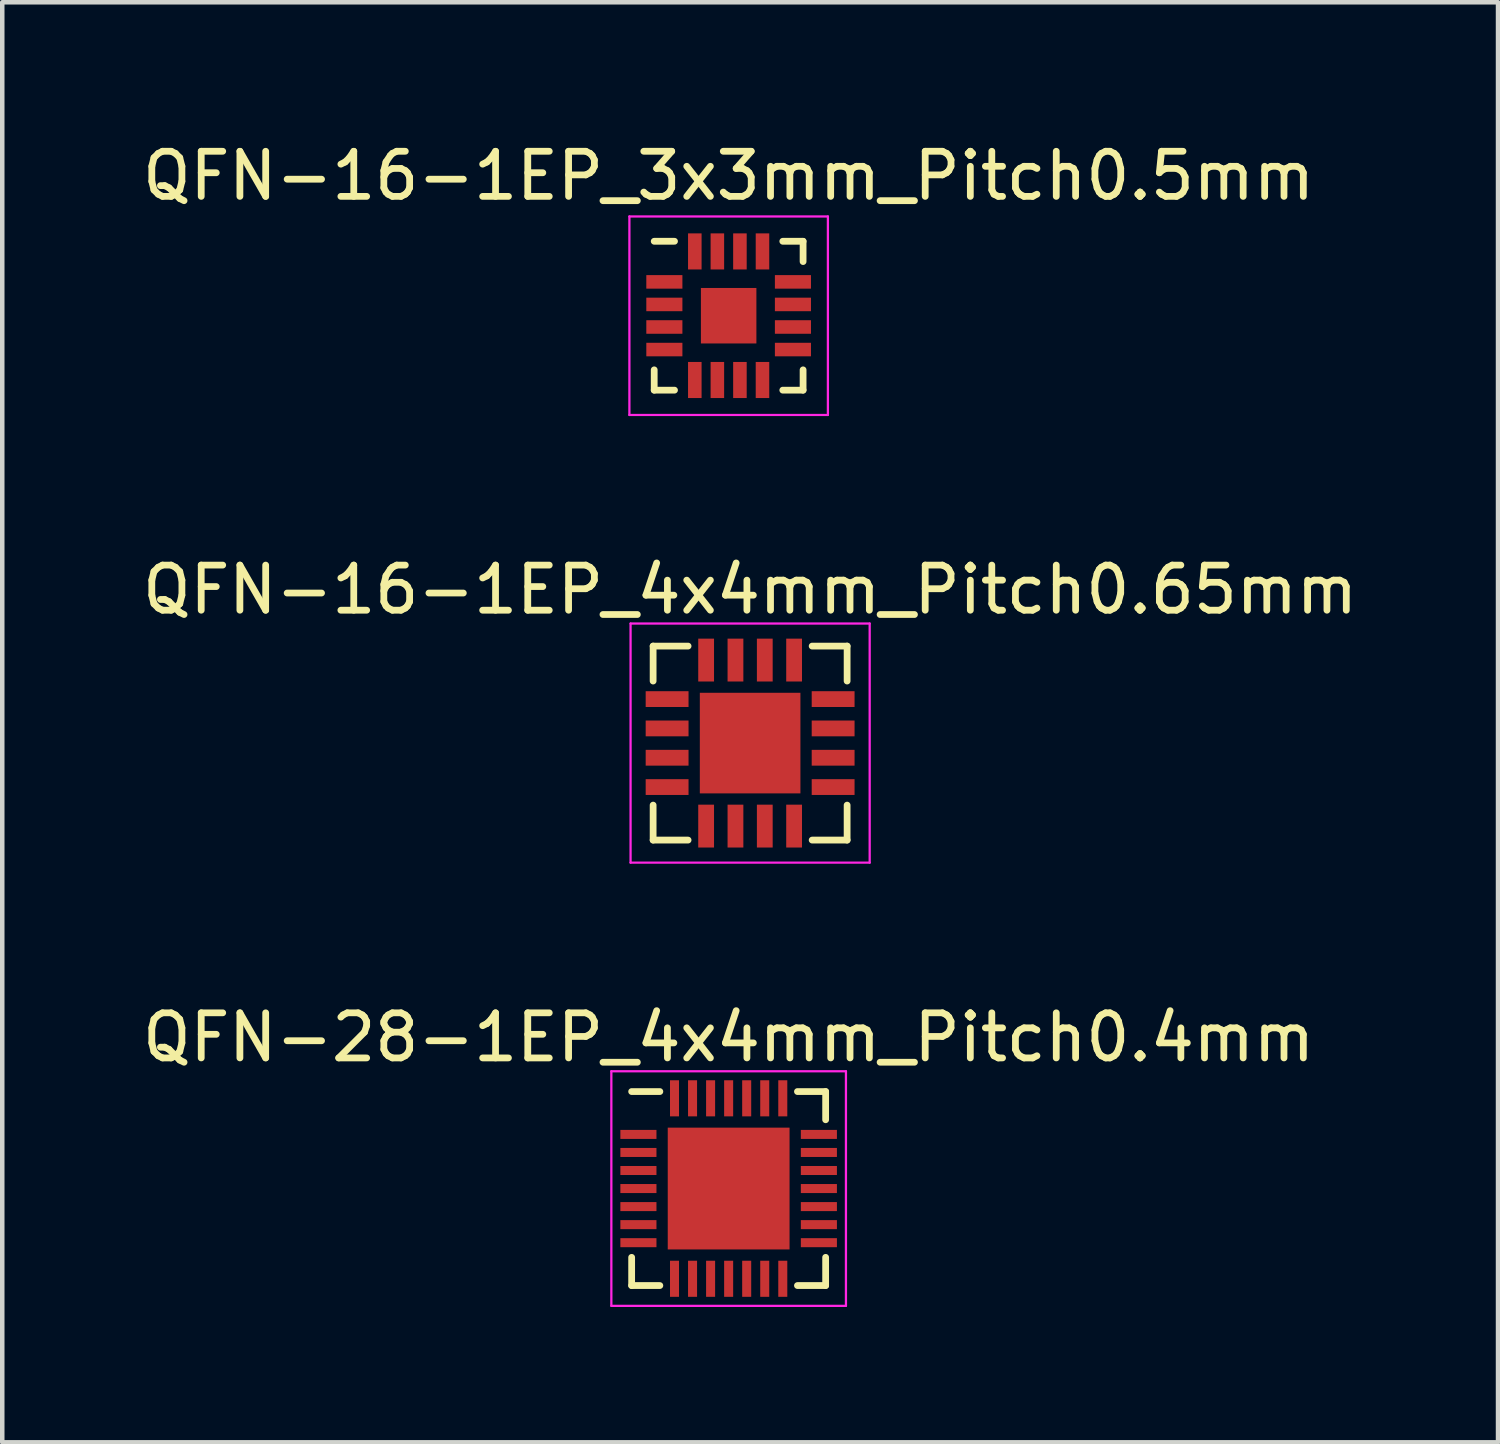
<source format=kicad_pcb>
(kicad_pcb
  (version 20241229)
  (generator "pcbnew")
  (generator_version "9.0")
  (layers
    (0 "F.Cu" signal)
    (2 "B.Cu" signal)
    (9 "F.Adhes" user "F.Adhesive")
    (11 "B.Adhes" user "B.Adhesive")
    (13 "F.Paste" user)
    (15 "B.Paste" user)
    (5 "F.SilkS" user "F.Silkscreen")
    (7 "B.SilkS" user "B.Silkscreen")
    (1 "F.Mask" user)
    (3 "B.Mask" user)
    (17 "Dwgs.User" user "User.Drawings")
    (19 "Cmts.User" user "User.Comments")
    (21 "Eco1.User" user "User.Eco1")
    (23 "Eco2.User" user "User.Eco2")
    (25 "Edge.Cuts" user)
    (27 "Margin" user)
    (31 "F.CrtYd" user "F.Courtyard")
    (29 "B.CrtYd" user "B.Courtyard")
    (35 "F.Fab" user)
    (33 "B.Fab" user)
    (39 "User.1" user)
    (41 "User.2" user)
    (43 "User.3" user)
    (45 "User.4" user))
  (footprint "QFN-16-1EP_3x3mm_Pitch0.5mm"
    (layer "F.Cu")
    (at 13.101 3.948)
    (property "Reference" "QFN-16-1EP_3x3mm_Pitch0.5mm" (at 0 -3.1 0) (layer "F.SilkS") (effects (font (size 1 1) (thickness 0.15))))
    (attr smd)
    (fp_line (start -1.65 -1.65) (end -1.2 -1.65) (stroke (width 0.15) (type solid)) (layer "F.SilkS"))
    (fp_line (start -1.65 1.65) (end -1.65 1.2) (stroke (width 0.15) (type solid)) (layer "F.SilkS"))
    (fp_line (start -1.65 1.65) (end -1.2 1.65) (stroke (width 0.15) (type solid)) (layer "F.SilkS"))
    (fp_line (start 1.65 -1.65) (end 1.2 -1.65) (stroke (width 0.15) (type solid)) (layer "F.SilkS"))
    (fp_line (start 1.65 -1.65) (end 1.65 -1.2) (stroke (width 0.15) (type solid)) (layer "F.SilkS"))
    (fp_line (start 1.65 1.65) (end 1.2 1.65) (stroke (width 0.15) (type solid)) (layer "F.SilkS"))
    (fp_line (start 1.65 1.65) (end 1.65 1.2) (stroke (width 0.15) (type solid)) (layer "F.SilkS"))
    (fp_line (start -2.2 -2.2) (end -2.2 2.2) (stroke (width 0.05) (type solid)) (layer "F.CrtYd"))
    (fp_line (start -2.2 -2.2) (end 2.2 -2.2) (stroke (width 0.05) (type solid)) (layer "F.CrtYd"))
    (fp_line (start -2.2 2.2) (end 2.2 2.2) (stroke (width 0.05) (type solid)) (layer "F.CrtYd"))
    (fp_line (start 2.2 -2.2) (end 2.2 2.2) (stroke (width 0.05) (type solid)) (layer "F.CrtYd"))
    (pad "1" smd rect (at -1.425 -0.75) (size 0.8 0.3) (layers "F.Cu" "F.Mask" "F.Paste"))
    (pad "2" smd rect (at -1.425 -0.25) (size 0.8 0.3) (layers "F.Cu" "F.Mask" "F.Paste"))
    (pad "3" smd rect (at -1.425 0.25) (size 0.8 0.3) (layers "F.Cu" "F.Mask" "F.Paste"))
    (pad "4" smd rect (at -1.425 0.75) (size 0.8 0.3) (layers "F.Cu" "F.Mask" "F.Paste"))
    (pad "5" smd rect (at -0.75 1.425 90) (size 0.8 0.3) (layers "F.Cu" "F.Mask" "F.Paste"))
    (pad "6" smd rect (at -0.25 1.425 90) (size 0.8 0.3) (layers "F.Cu" "F.Mask" "F.Paste"))
    (pad "7" smd rect (at 0.25 1.425 90) (size 0.8 0.3) (layers "F.Cu" "F.Mask" "F.Paste"))
    (pad "8" smd rect (at 0.75 1.425 90) (size 0.8 0.3) (layers "F.Cu" "F.Mask" "F.Paste"))
    (pad "9" smd rect (at 1.425 0.75) (size 0.8 0.3) (layers "F.Cu" "F.Mask" "F.Paste"))
    (pad "10" smd rect (at 1.425 0.25) (size 0.8 0.3) (layers "F.Cu" "F.Mask" "F.Paste"))
    (pad "11" smd rect (at 1.425 -0.25) (size 0.8 0.3) (layers "F.Cu" "F.Mask" "F.Paste"))
    (pad "12" smd rect (at 1.425 -0.75) (size 0.8 0.3) (layers "F.Cu" "F.Mask" "F.Paste"))
    (pad "13" smd rect (at 0.75 -1.425 90) (size 0.8 0.3) (layers "F.Cu" "F.Mask" "F.Paste"))
    (pad "14" smd rect (at 0.25 -1.425 90) (size 0.8 0.3) (layers "F.Cu" "F.Mask" "F.Paste"))
    (pad "15" smd rect (at -0.25 -1.425 90) (size 0.8 0.3) (layers "F.Cu" "F.Mask" "F.Paste"))
    (pad "16" smd rect (at -0.75 -1.425 90) (size 0.8 0.3) (layers "F.Cu" "F.Mask" "F.Paste"))
    (pad "17" smd rect (at 0 0) (size 1.23 1.23) (layers "F.Cu" "F.Mask" "F.Paste")))
  (footprint "QFN-28-1EP_4x4mm_Pitch0.4mm"
    (layer "F.Cu")
    (at 13.101 23.295)
    (property "Reference" "QFN-28-1EP_4x4mm_Pitch0.4mm" (at 0 -3.35 0) (layer "F.SilkS") (effects (font (size 1 1) (thickness 0.15))))
    (attr smd)
    (fp_line (start -2.15 -2.15) (end -1.525 -2.15) (stroke (width 0.15) (type solid)) (layer "F.SilkS"))
    (fp_line (start -2.15 2.15) (end -2.15 1.525) (stroke (width 0.15) (type solid)) (layer "F.SilkS"))
    (fp_line (start -2.15 2.15) (end -1.525 2.15) (stroke (width 0.15) (type solid)) (layer "F.SilkS"))
    (fp_line (start 2.15 -2.15) (end 1.525 -2.15) (stroke (width 0.15) (type solid)) (layer "F.SilkS"))
    (fp_line (start 2.15 -2.15) (end 2.15 -1.525) (stroke (width 0.15) (type solid)) (layer "F.SilkS"))
    (fp_line (start 2.15 2.15) (end 1.525 2.15) (stroke (width 0.15) (type solid)) (layer "F.SilkS"))
    (fp_line (start 2.15 2.15) (end 2.15 1.525) (stroke (width 0.15) (type solid)) (layer "F.SilkS"))
    (fp_line (start -2.6 -2.6) (end -2.6 2.6) (stroke (width 0.05) (type solid)) (layer "F.CrtYd"))
    (fp_line (start -2.6 -2.6) (end 2.6 -2.6) (stroke (width 0.05) (type solid)) (layer "F.CrtYd"))
    (fp_line (start -2.6 2.6) (end 2.6 2.6) (stroke (width 0.05) (type solid)) (layer "F.CrtYd"))
    (fp_line (start 2.6 -2.6) (end 2.6 2.6) (stroke (width 0.05) (type solid)) (layer "F.CrtYd"))
    (pad "1" smd rect (at -2 -1.2) (size 0.8 0.2) (layers "F.Cu" "F.Mask" "F.Paste"))
    (pad "2" smd rect (at -2 -0.8) (size 0.8 0.2) (layers "F.Cu" "F.Mask" "F.Paste"))
    (pad "3" smd rect (at -2 -0.4) (size 0.8 0.2) (layers "F.Cu" "F.Mask" "F.Paste"))
    (pad "4" smd rect (at -2 0) (size 0.8 0.2) (layers "F.Cu" "F.Mask" "F.Paste"))
    (pad "5" smd rect (at -2 0.4) (size 0.8 0.2) (layers "F.Cu" "F.Mask" "F.Paste"))
    (pad "6" smd rect (at -2 0.8) (size 0.8 0.2) (layers "F.Cu" "F.Mask" "F.Paste"))
    (pad "7" smd rect (at -2 1.2) (size 0.8 0.2) (layers "F.Cu" "F.Mask" "F.Paste"))
    (pad "8" smd rect (at -1.2 2 90) (size 0.8 0.2) (layers "F.Cu" "F.Mask" "F.Paste"))
    (pad "9" smd rect (at -0.8 2 90) (size 0.8 0.2) (layers "F.Cu" "F.Mask" "F.Paste"))
    (pad "10" smd rect (at -0.4 2 90) (size 0.8 0.2) (layers "F.Cu" "F.Mask" "F.Paste"))
    (pad "11" smd rect (at 0 2 90) (size 0.8 0.2) (layers "F.Cu" "F.Mask" "F.Paste"))
    (pad "12" smd rect (at 0.4 2 90) (size 0.8 0.2) (layers "F.Cu" "F.Mask" "F.Paste"))
    (pad "13" smd rect (at 0.8 2 90) (size 0.8 0.2) (layers "F.Cu" "F.Mask" "F.Paste"))
    (pad "14" smd rect (at 1.2 2 90) (size 0.8 0.2) (layers "F.Cu" "F.Mask" "F.Paste"))
    (pad "15" smd rect (at 2 1.2) (size 0.8 0.2) (layers "F.Cu" "F.Mask" "F.Paste"))
    (pad "16" smd rect (at 2 0.8) (size 0.8 0.2) (layers "F.Cu" "F.Mask" "F.Paste"))
    (pad "17" smd rect (at 2 0.4) (size 0.8 0.2) (layers "F.Cu" "F.Mask" "F.Paste"))
    (pad "18" smd rect (at 2 0) (size 0.8 0.2) (layers "F.Cu" "F.Mask" "F.Paste"))
    (pad "19" smd rect (at 2 -0.4) (size 0.8 0.2) (layers "F.Cu" "F.Mask" "F.Paste"))
    (pad "20" smd rect (at 2 -0.8) (size 0.8 0.2) (layers "F.Cu" "F.Mask" "F.Paste"))
    (pad "21" smd rect (at 2 -1.2) (size 0.8 0.2) (layers "F.Cu" "F.Mask" "F.Paste"))
    (pad "22" smd rect (at 1.2 -2 90) (size 0.8 0.2) (layers "F.Cu" "F.Mask" "F.Paste"))
    (pad "23" smd rect (at 0.8 -2 90) (size 0.8 0.2) (layers "F.Cu" "F.Mask" "F.Paste"))
    (pad "24" smd rect (at 0.4 -2 90) (size 0.8 0.2) (layers "F.Cu" "F.Mask" "F.Paste"))
    (pad "25" smd rect (at 0 -2 90) (size 0.8 0.2) (layers "F.Cu" "F.Mask" "F.Paste"))
    (pad "26" smd rect (at -0.4 -2 90) (size 0.8 0.2) (layers "F.Cu" "F.Mask" "F.Paste"))
    (pad "27" smd rect (at -0.8 -2 90) (size 0.8 0.2) (layers "F.Cu" "F.Mask" "F.Paste"))
    (pad "28" smd rect (at -1.2 -2 90) (size 0.8 0.2) (layers "F.Cu" "F.Mask" "F.Paste"))
    (pad "29" smd rect (at 0 0) (size 2.7 2.7) (layers "F.Cu" "F.Mask" "F.Paste")))
  (footprint "QFN-16-1EP_4x4mm_Pitch0.65mm"
    (layer "F.Cu")
    (at 13.577 13.421)
    (property "Reference" "QFN-16-1EP_4x4mm_Pitch0.65mm" (at 0 -3.4 0) (layer "F.SilkS") (effects (font (size 1 1) (thickness 0.15))))
    (attr smd)
    (fp_line (start -2.15 -2.15) (end -2.15 -1.375) (stroke (width 0.15) (type solid)) (layer "F.SilkS"))
    (fp_line (start -2.15 -2.15) (end -1.375 -2.15) (stroke (width 0.15) (type solid)) (layer "F.SilkS"))
    (fp_line (start -2.15 2.15) (end -2.15 1.375) (stroke (width 0.15) (type solid)) (layer "F.SilkS"))
    (fp_line (start -2.15 2.15) (end -1.375 2.15) (stroke (width 0.15) (type solid)) (layer "F.SilkS"))
    (fp_line (start 2.15 -2.15) (end 1.375 -2.15) (stroke (width 0.15) (type solid)) (layer "F.SilkS"))
    (fp_line (start 2.15 -2.15) (end 2.15 -1.375) (stroke (width 0.15) (type solid)) (layer "F.SilkS"))
    (fp_line (start 2.15 2.15) (end 1.375 2.15) (stroke (width 0.15) (type solid)) (layer "F.SilkS"))
    (fp_line (start 2.15 2.15) (end 2.15 1.375) (stroke (width 0.15) (type solid)) (layer "F.SilkS"))
    (fp_line (start -2.65 -2.65) (end -2.65 2.65) (stroke (width 0.05) (type solid)) (layer "F.CrtYd"))
    (fp_line (start -2.65 -2.65) (end 2.65 -2.65) (stroke (width 0.05) (type solid)) (layer "F.CrtYd"))
    (fp_line (start -2.65 2.65) (end 2.65 2.65) (stroke (width 0.05) (type solid)) (layer "F.CrtYd"))
    (fp_line (start 2.65 -2.65) (end 2.65 2.65) (stroke (width 0.05) (type solid)) (layer "F.CrtYd"))
    (pad "1" smd rect (at -1.84 -0.975) (size 0.95 0.35) (layers "F.Cu" "F.Mask" "F.Paste"))
    (pad "2" smd rect (at -1.84 -0.325) (size 0.95 0.35) (layers "F.Cu" "F.Mask" "F.Paste"))
    (pad "3" smd rect (at -1.84 0.325) (size 0.95 0.35) (layers "F.Cu" "F.Mask" "F.Paste"))
    (pad "4" smd rect (at -1.84 0.975) (size 0.95 0.35) (layers "F.Cu" "F.Mask" "F.Paste"))
    (pad "5" smd rect (at -0.975 1.84 90) (size 0.95 0.35) (layers "F.Cu" "F.Mask" "F.Paste"))
    (pad "6" smd rect (at -0.325 1.84 90) (size 0.95 0.35) (layers "F.Cu" "F.Mask" "F.Paste"))
    (pad "7" smd rect (at 0.325 1.84 90) (size 0.95 0.35) (layers "F.Cu" "F.Mask" "F.Paste"))
    (pad "8" smd rect (at 0.975 1.84 90) (size 0.95 0.35) (layers "F.Cu" "F.Mask" "F.Paste"))
    (pad "9" smd rect (at 1.84 0.975) (size 0.95 0.35) (layers "F.Cu" "F.Mask" "F.Paste"))
    (pad "10" smd rect (at 1.84 0.325) (size 0.95 0.35) (layers "F.Cu" "F.Mask" "F.Paste"))
    (pad "11" smd rect (at 1.84 -0.325) (size 0.95 0.35) (layers "F.Cu" "F.Mask" "F.Paste"))
    (pad "12" smd rect (at 1.84 -0.975) (size 0.95 0.35) (layers "F.Cu" "F.Mask" "F.Paste"))
    (pad "13" smd rect (at 0.975 -1.84 90) (size 0.95 0.35) (layers "F.Cu" "F.Mask" "F.Paste"))
    (pad "14" smd rect (at 0.325 -1.84 90) (size 0.95 0.35) (layers "F.Cu" "F.Mask" "F.Paste"))
    (pad "15" smd rect (at -0.325 -1.84 90) (size 0.95 0.35) (layers "F.Cu" "F.Mask" "F.Paste"))
    (pad "16" smd rect (at -0.975 -1.84 90) (size 0.95 0.35) (layers "F.Cu" "F.Mask" "F.Paste"))
    (pad "17" smd rect (at 0 0) (size 2.23 2.23) (layers "F.Cu" "F.Mask" "F.Paste")))
  (gr_rect
    (start -3 -3)
    (end 30.155 28.92)
    (stroke (width 0.1) (type default))
    (fill no)
    (layer "Edge.Cuts")))
</source>
